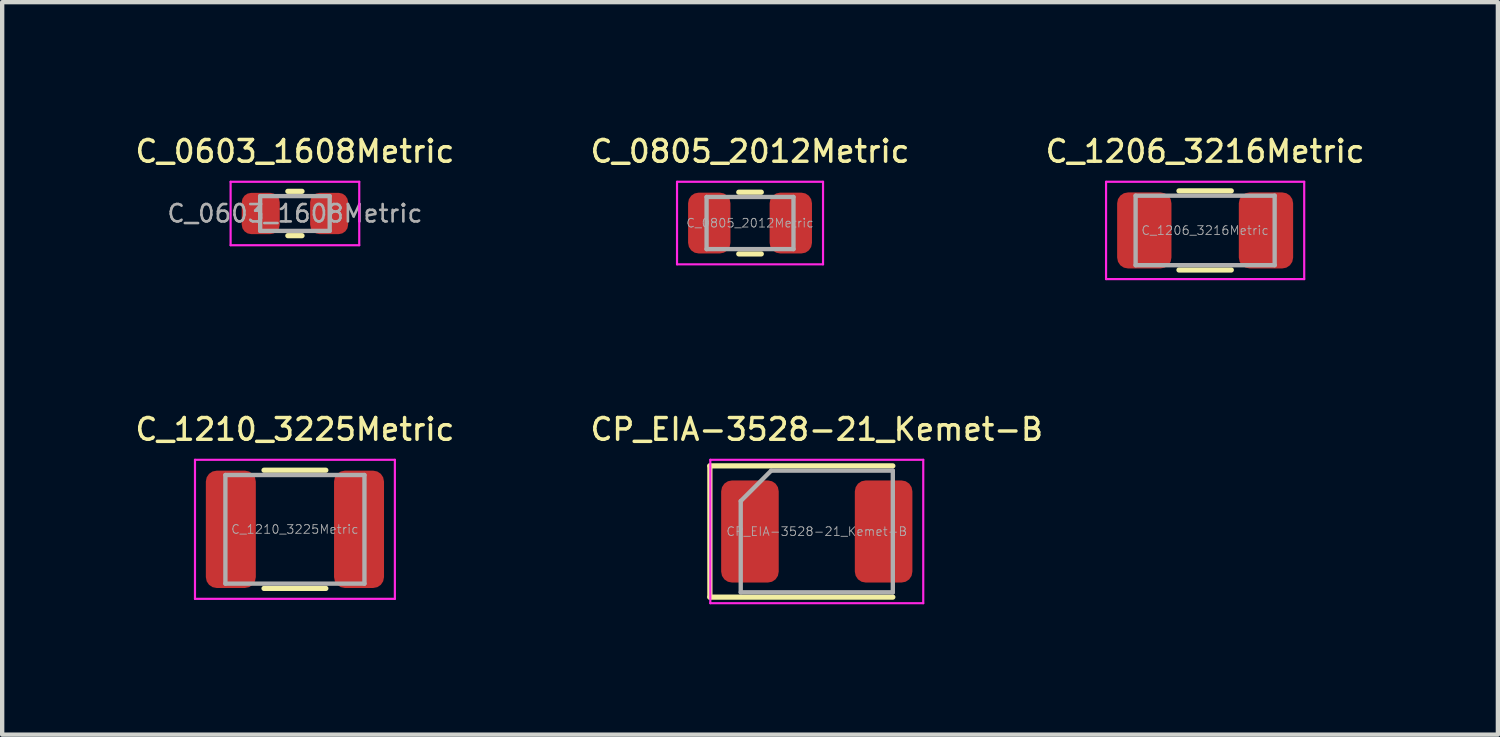
<source format=kicad_pcb>
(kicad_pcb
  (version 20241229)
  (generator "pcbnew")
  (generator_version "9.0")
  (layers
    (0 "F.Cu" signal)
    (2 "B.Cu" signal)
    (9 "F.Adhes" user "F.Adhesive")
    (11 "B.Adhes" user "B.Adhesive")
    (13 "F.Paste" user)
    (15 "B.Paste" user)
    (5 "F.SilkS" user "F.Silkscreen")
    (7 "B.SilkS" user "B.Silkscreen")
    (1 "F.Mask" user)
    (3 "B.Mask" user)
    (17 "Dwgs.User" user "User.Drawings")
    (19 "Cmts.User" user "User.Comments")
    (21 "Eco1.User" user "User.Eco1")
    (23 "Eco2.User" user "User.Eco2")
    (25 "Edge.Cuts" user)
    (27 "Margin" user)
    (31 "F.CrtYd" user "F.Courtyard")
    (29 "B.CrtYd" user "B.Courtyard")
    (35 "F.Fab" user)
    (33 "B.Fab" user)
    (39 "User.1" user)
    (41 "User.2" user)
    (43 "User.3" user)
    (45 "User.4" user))
  (footprint "C_1206_3216Metric"
    (layer "F.Cu")
    (at 24.683 2.253)
    (property "Reference" "C_1206_3216Metric" (at 0 -1.82 0) (layer "F.SilkS") (effects (font (size 0.5 0.5) (thickness 0.08))))
    (attr smd)
    (fp_line (start -0.602 -0.91) (end 0.602 -0.91) (stroke (width 0.12) (type solid)) (layer "F.SilkS"))
    (fp_line (start -0.602 0.91) (end 0.602 0.91) (stroke (width 0.12) (type solid)) (layer "F.SilkS"))
    (fp_line (start -2.28 -1.12) (end 2.28 -1.12) (stroke (width 0.05) (type solid)) (layer "F.CrtYd"))
    (fp_line (start -2.28 1.12) (end -2.28 -1.12) (stroke (width 0.05) (type solid)) (layer "F.CrtYd"))
    (fp_line (start 2.28 -1.12) (end 2.28 1.12) (stroke (width 0.05) (type solid)) (layer "F.CrtYd"))
    (fp_line (start 2.28 1.12) (end -2.28 1.12) (stroke (width 0.05) (type solid)) (layer "F.CrtYd"))
    (fp_line (start -1.6 -0.8) (end 1.6 -0.8) (stroke (width 0.1) (type solid)) (layer "F.Fab"))
    (fp_line (start -1.6 0.8) (end -1.6 -0.8) (stroke (width 0.1) (type solid)) (layer "F.Fab"))
    (fp_line (start 1.6 -0.8) (end 1.6 0.8) (stroke (width 0.1) (type solid)) (layer "F.Fab"))
    (fp_line (start 1.6 0.8) (end -1.6 0.8) (stroke (width 0.1) (type solid)) (layer "F.Fab"))
    (fp_text user "${REFERENCE}" (at 0 0 0) (layer "F.Fab") (effects (font (size 0.2 0.2) (thickness 0.02))))
    (pad "1" smd roundrect (at -1.4 0) (size 1.25 1.75) (layers "F.Cu" "F.Mask" "F.Paste") (roundrect_rratio 0.2))
    (pad "2" smd roundrect (at 1.4 0) (size 1.25 1.75) (layers "F.Cu" "F.Mask" "F.Paste") (roundrect_rratio 0.2)))
  (footprint "C_0805_2012Metric"
    (layer "F.Cu")
    (at 14.21 2.083)
    (property "Reference" "C_0805_2012Metric" (at 0 -1.65 0) (layer "F.SilkS") (effects (font (size 0.5 0.5) (thickness 0.08))))
    (attr smd)
    (fp_line (start -0.259 -0.71) (end 0.259 -0.71) (stroke (width 0.12) (type solid)) (layer "F.SilkS"))
    (fp_line (start -0.259 0.71) (end 0.259 0.71) (stroke (width 0.12) (type solid)) (layer "F.SilkS"))
    (fp_line (start -1.68 -0.95) (end 1.68 -0.95) (stroke (width 0.05) (type solid)) (layer "F.CrtYd"))
    (fp_line (start -1.68 0.95) (end -1.68 -0.95) (stroke (width 0.05) (type solid)) (layer "F.CrtYd"))
    (fp_line (start 1.68 -0.95) (end 1.68 0.95) (stroke (width 0.05) (type solid)) (layer "F.CrtYd"))
    (fp_line (start 1.68 0.95) (end -1.68 0.95) (stroke (width 0.05) (type solid)) (layer "F.CrtYd"))
    (fp_line (start -1 -0.6) (end 1 -0.6) (stroke (width 0.1) (type solid)) (layer "F.Fab"))
    (fp_line (start -1 0.6) (end -1 -0.6) (stroke (width 0.1) (type solid)) (layer "F.Fab"))
    (fp_line (start 1 -0.6) (end 1 0.6) (stroke (width 0.1) (type solid)) (layer "F.Fab"))
    (fp_line (start 1 0.6) (end -1 0.6) (stroke (width 0.1) (type solid)) (layer "F.Fab"))
    (fp_text user "${REFERENCE}" (at 0 0 0) (layer "F.Fab") (effects (font (size 0.2 0.2) (thickness 0.02))))
    (pad "1" smd roundrect (at -0.938 0) (size 0.975 1.4) (layers "F.Cu" "F.Mask" "F.Paste") (roundrect_rratio 0.25))
    (pad "2" smd roundrect (at 0.938 0) (size 0.975 1.4) (layers "F.Cu" "F.Mask" "F.Paste") (roundrect_rratio 0.25)))
  (footprint "CP_EIA-3528-21_Kemet-B"
    (layer "F.Cu")
    (at 15.746 9.181)
    (property "Reference" "CP_EIA-3528-21_Kemet-B" (at 0 -2.35 0) (layer "F.SilkS") (effects (font (size 0.5 0.5) (thickness 0.08))))
    (attr smd)
    (fp_line (start -2.46 -1.51) (end -2.46 1.51) (stroke (width 0.12) (type solid)) (layer "F.SilkS"))
    (fp_line (start -2.46 1.51) (end 1.75 1.51) (stroke (width 0.12) (type solid)) (layer "F.SilkS"))
    (fp_line (start 1.75 -1.51) (end -2.46 -1.51) (stroke (width 0.12) (type solid)) (layer "F.SilkS"))
    (fp_line (start -2.45 -1.65) (end 2.45 -1.65) (stroke (width 0.05) (type solid)) (layer "F.CrtYd"))
    (fp_line (start -2.45 1.65) (end -2.45 -1.65) (stroke (width 0.05) (type solid)) (layer "F.CrtYd"))
    (fp_line (start 2.45 -1.65) (end 2.45 1.65) (stroke (width 0.05) (type solid)) (layer "F.CrtYd"))
    (fp_line (start 2.45 1.65) (end -2.45 1.65) (stroke (width 0.05) (type solid)) (layer "F.CrtYd"))
    (fp_line (start -1.75 -0.7) (end -1.75 1.4) (stroke (width 0.1) (type solid)) (layer "F.Fab"))
    (fp_line (start -1.75 1.4) (end 1.75 1.4) (stroke (width 0.1) (type solid)) (layer "F.Fab"))
    (fp_line (start -1.05 -1.4) (end -1.75 -0.7) (stroke (width 0.1) (type solid)) (layer "F.Fab"))
    (fp_line (start 1.75 -1.4) (end -1.05 -1.4) (stroke (width 0.1) (type solid)) (layer "F.Fab"))
    (fp_line (start 1.75 1.4) (end 1.75 -1.4) (stroke (width 0.1) (type solid)) (layer "F.Fab"))
    (fp_text user "${REFERENCE}" (at 0 0 0) (layer "F.Fab") (effects (font (size 0.2 0.2) (thickness 0.02))))
    (pad "1" smd roundrect (at -1.538 0) (size 1.325 2.35) (layers "F.Cu" "F.Mask" "F.Paste") (roundrect_rratio 0.189))
    (pad "2" smd roundrect (at 1.538 0) (size 1.325 2.35) (layers "F.Cu" "F.Mask" "F.Paste") (roundrect_rratio 0.189)))
  (footprint "C_0603_1608Metric"
    (layer "F.Cu")
    (at 3.737 1.863)
    (property "Reference" "C_0603_1608Metric" (at 0 -1.43 0) (layer "F.SilkS") (effects (font (size 0.5 0.5) (thickness 0.08))))
    (attr smd)
    (fp_line (start -0.163 -0.51) (end 0.163 -0.51) (stroke (width 0.12) (type solid)) (layer "F.SilkS"))
    (fp_line (start -0.163 0.51) (end 0.163 0.51) (stroke (width 0.12) (type solid)) (layer "F.SilkS"))
    (fp_line (start -1.48 -0.73) (end 1.48 -0.73) (stroke (width 0.05) (type solid)) (layer "F.CrtYd"))
    (fp_line (start -1.48 0.73) (end -1.48 -0.73) (stroke (width 0.05) (type solid)) (layer "F.CrtYd"))
    (fp_line (start 1.48 -0.73) (end 1.48 0.73) (stroke (width 0.05) (type solid)) (layer "F.CrtYd"))
    (fp_line (start 1.48 0.73) (end -1.48 0.73) (stroke (width 0.05) (type solid)) (layer "F.CrtYd"))
    (fp_line (start -0.8 -0.4) (end 0.8 -0.4) (stroke (width 0.1) (type solid)) (layer "F.Fab"))
    (fp_line (start -0.8 0.4) (end -0.8 -0.4) (stroke (width 0.1) (type solid)) (layer "F.Fab"))
    (fp_line (start 0.8 -0.4) (end 0.8 0.4) (stroke (width 0.1) (type solid)) (layer "F.Fab"))
    (fp_line (start 0.8 0.4) (end -0.8 0.4) (stroke (width 0.1) (type solid)) (layer "F.Fab"))
    (fp_text user "${REFERENCE}" (at 0 0 0) (layer "F.Fab") (effects (font (size 0.4 0.4) (thickness 0.06))))
    (pad "1" smd roundrect (at -0.787 0) (size 0.875 0.95) (layers "F.Cu" "F.Mask" "F.Paste") (roundrect_rratio 0.25))
    (pad "2" smd roundrect (at 0.787 0) (size 0.875 0.95) (layers "F.Cu" "F.Mask" "F.Paste") (roundrect_rratio 0.25)))
  (footprint "C_1210_3225Metric"
    (layer "F.Cu")
    (at 3.737 9.131)
    (property "Reference" "C_1210_3225Metric" (at 0 -2.3 0) (layer "F.SilkS") (effects (font (size 0.5 0.5) (thickness 0.08))))
    (attr smd)
    (fp_line (start -0.711 -1.36) (end 0.711 -1.36) (stroke (width 0.12) (type solid)) (layer "F.SilkS"))
    (fp_line (start -0.711 1.36) (end 0.711 1.36) (stroke (width 0.12) (type solid)) (layer "F.SilkS"))
    (fp_line (start -2.3 -1.6) (end 2.3 -1.6) (stroke (width 0.05) (type solid)) (layer "F.CrtYd"))
    (fp_line (start -2.3 1.6) (end -2.3 -1.6) (stroke (width 0.05) (type solid)) (layer "F.CrtYd"))
    (fp_line (start 2.3 -1.6) (end 2.3 1.6) (stroke (width 0.05) (type solid)) (layer "F.CrtYd"))
    (fp_line (start 2.3 1.6) (end -2.3 1.6) (stroke (width 0.05) (type solid)) (layer "F.CrtYd"))
    (fp_line (start -1.6 -1.25) (end 1.6 -1.25) (stroke (width 0.1) (type solid)) (layer "F.Fab"))
    (fp_line (start -1.6 1.25) (end -1.6 -1.25) (stroke (width 0.1) (type solid)) (layer "F.Fab"))
    (fp_line (start 1.6 -1.25) (end 1.6 1.25) (stroke (width 0.1) (type solid)) (layer "F.Fab"))
    (fp_line (start 1.6 1.25) (end -1.6 1.25) (stroke (width 0.1) (type solid)) (layer "F.Fab"))
    (fp_text user "${REFERENCE}" (at 0 0 0) (layer "F.Fab") (effects (font (size 0.2 0.2) (thickness 0.02))))
    (pad "1" smd roundrect (at -1.475 0) (size 1.15 2.7) (layers "F.Cu" "F.Mask" "F.Paste") (roundrect_rratio 0.217))
    (pad "2" smd roundrect (at 1.475 0) (size 1.15 2.7) (layers "F.Cu" "F.Mask" "F.Paste") (roundrect_rratio 0.217)))
  (gr_rect
    (start -3 -3)
    (end 31.42 13.856)
    (stroke (width 0.1) (type default))
    (fill no)
    (layer "Edge.Cuts")))
</source>
